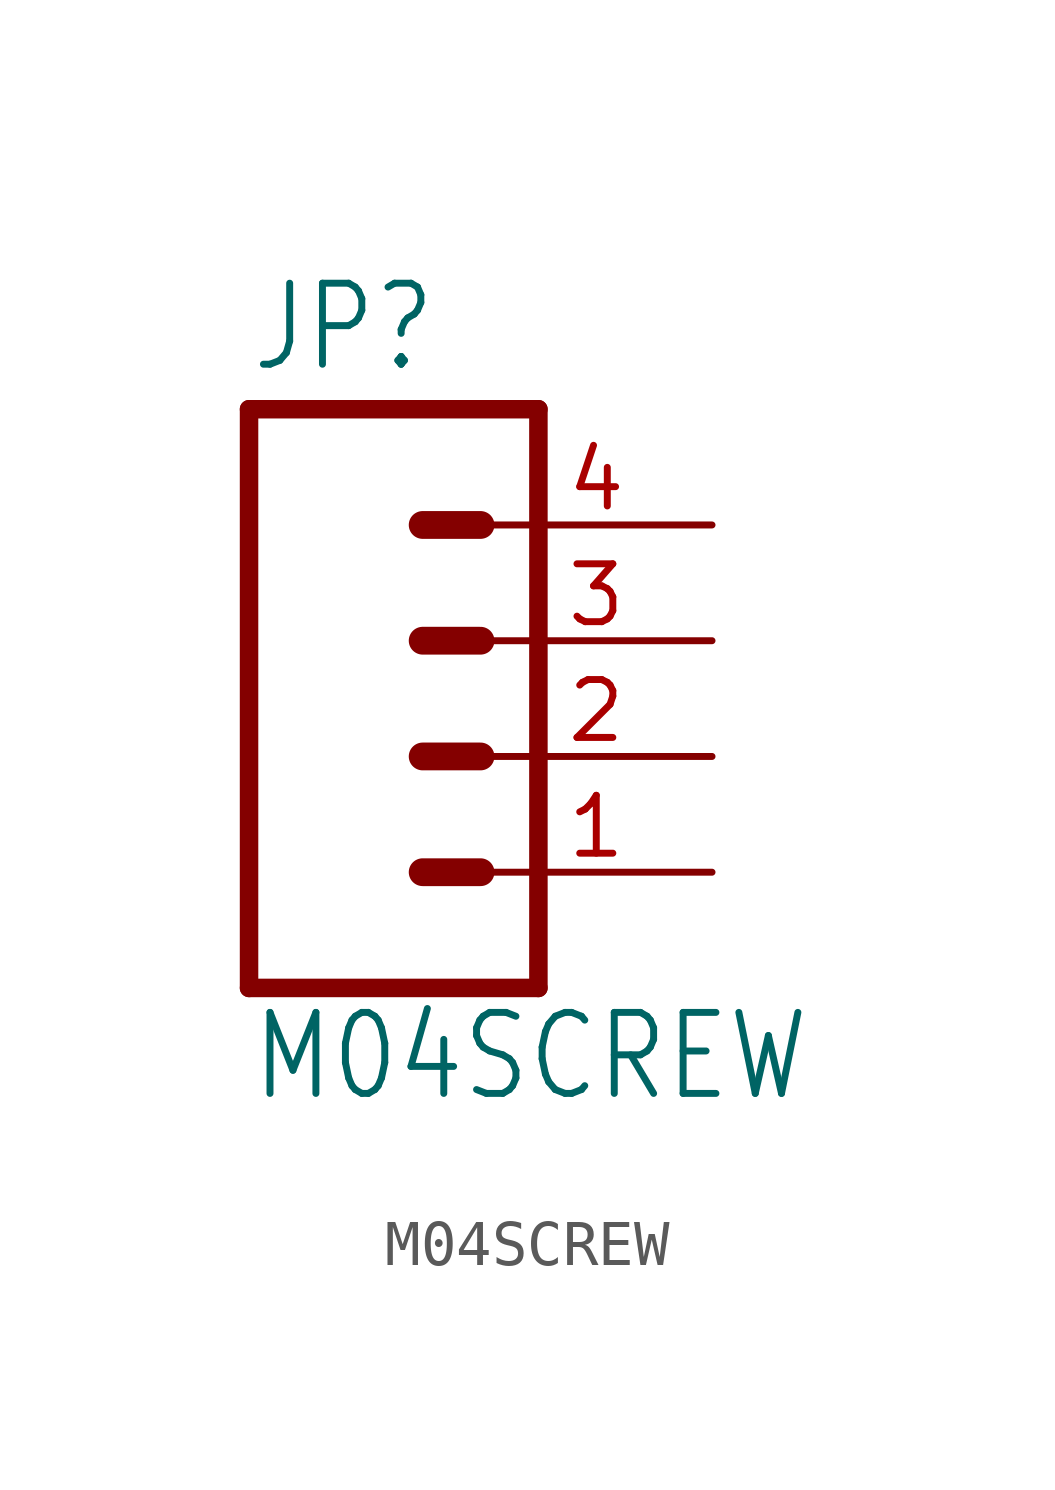
<source format=kicad_sym>
(kicad_symbol_lib
  (version 20211014)
  (generator kicad_symbol_editor)
  (symbol "M04SCREW"
    (property "Reference" "JP"
      (at -5.08 8.382 0)
      (effects (font (size 1.778 1.511)) (justify left bottom)))
    (property "Value" "M04SCREW"
      (at -5.08 -7.62 0)
      (effects (font (size 1.778 1.511)) (justify left bottom)))
    (property "ki_locked" ""
      (at 0 0 0)
      (effects (font (size 1.27 1.27))))
    (symbol "M04SCREW_1_0"
      (polyline (pts (xy -5.08 7.62) (xy -5.08 -5.08)) (stroke (width 0.406) (type default) (color 0 0 0 0)) (fill (type none)))
      (polyline (pts (xy -5.08 7.62) (xy 1.27 7.62)) (stroke (width 0.406) (type default) (color 0 0 0 0)) (fill (type none)))
      (polyline (pts (xy -1.27 -2.54) (xy 0 -2.54)) (stroke (width 0.61) (type default) (color 0 0 0 0)) (fill (type none)))
      (polyline (pts (xy -1.27 0) (xy 0 0)) (stroke (width 0.61) (type default) (color 0 0 0 0)) (fill (type none)))
      (polyline (pts (xy -1.27 2.54) (xy 0 2.54)) (stroke (width 0.61) (type default) (color 0 0 0 0)) (fill (type none)))
      (polyline (pts (xy -1.27 5.08) (xy 0 5.08)) (stroke (width 0.61) (type default) (color 0 0 0 0)) (fill (type none)))
      (polyline (pts (xy 1.27 -5.08) (xy -5.08 -5.08)) (stroke (width 0.406) (type default) (color 0 0 0 0)) (fill (type none)))
      (polyline (pts (xy 1.27 -5.08) (xy 1.27 7.62)) (stroke (width 0.406) (type default) (color 0 0 0 0)) (fill (type none)))
      (pin passive line (at 5.08 -2.54 180) (length 5.08) (name "1" (effects (font (size 0 0)))) (number "1" (effects (font (size 1.27 1.27)))))
      (pin passive line (at 5.08 0 180) (length 5.08) (name "2" (effects (font (size 0 0)))) (number "2" (effects (font (size 1.27 1.27)))))
      (pin passive line (at 5.08 2.54 180) (length 5.08) (name "3" (effects (font (size 0 0)))) (number "3" (effects (font (size 1.27 1.27)))))
      (pin passive line (at 5.08 5.08 180) (length 5.08) (name "4" (effects (font (size 0 0)))) (number "4" (effects (font (size 1.27 1.27))))))))
</source>
